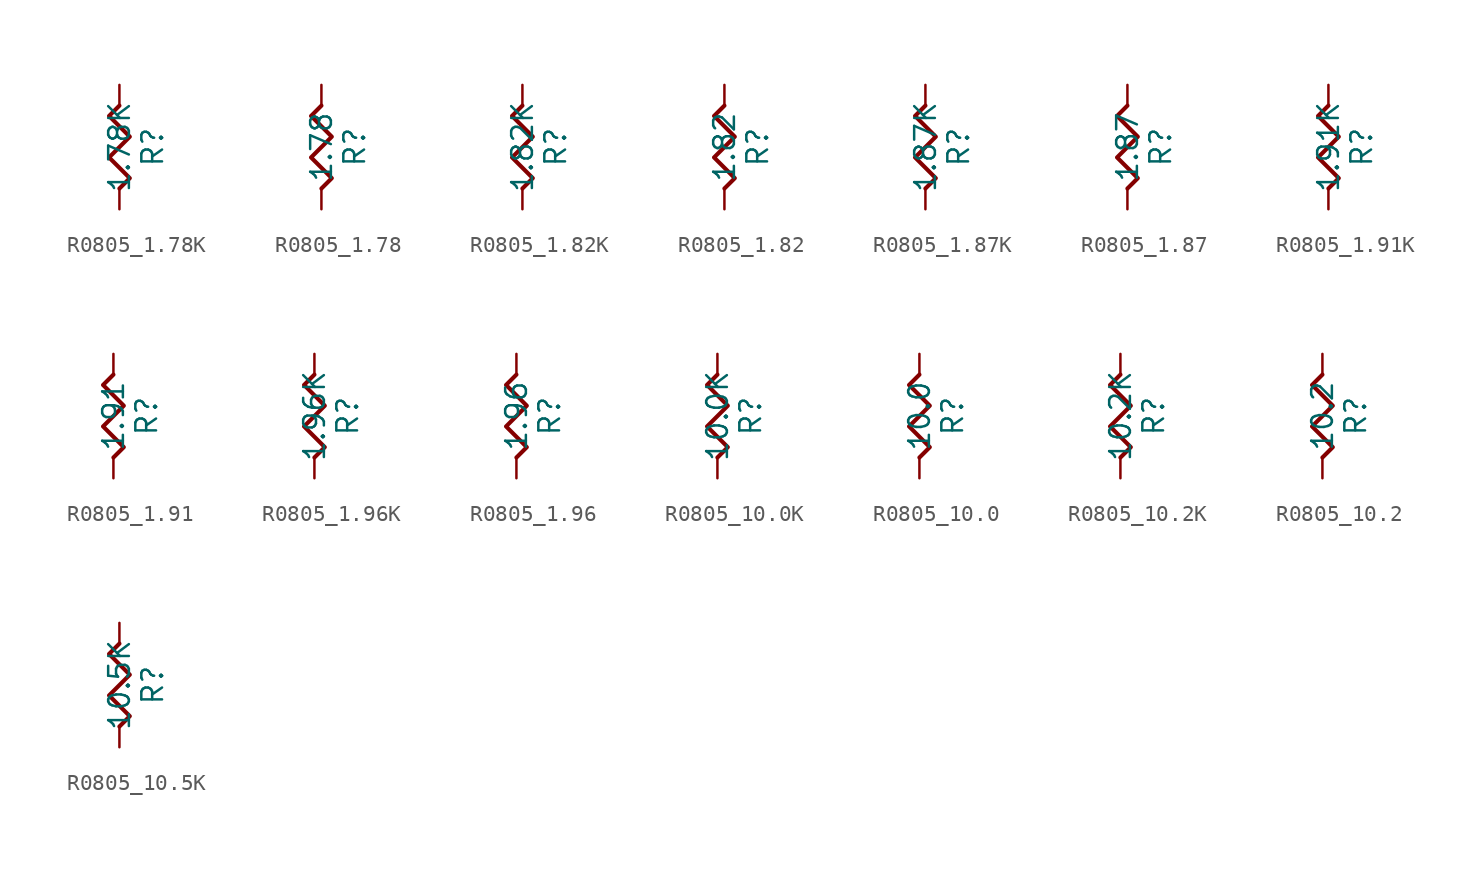
<source format=kicad_sym>
(kicad_symbol_lib
  (version 20211014)
  (generator atlantix-eda)
  (symbol "R0805_1.78K"
    (pin_numbers hide)
    (pin_names
      (offset 0))
    (property "Reference" "R"
      (at 2.032 0 90)
      (effects (font (size 1.27 1.27))))
    (property "Value" "1.78K"
      (at 0 0 90)
      (effects (font (size 1.27 1.27))))
    (symbol "R0805_1.78K_0_1"
      (polyline (pts (xy 0 -2.54) (xy 0.635 -1.905) (xy -0.635 -0.635) (xy 0.635 0.635) (xy -0.635 1.905) (xy 0 2.54)) (stroke (width 0.254) (type default) (color 0 0 0 0)) (fill (type none))))
    (symbol "R0805_1.78K_1_1"
      (pin passive line (at 0 3.81 270) (length 1.27) (name "~" (effects (font (size 1.27 1.27)))) (number "1" (effects (font (size 1.27 1.27)))))
      (pin passive line (at 0 -3.81 90) (length 1.27) (name "~" (effects (font (size 1.27 1.27)))) (number "2" (effects (font (size 1.27 1.27)))))))
  (symbol "R0805_1.78"
    (pin_numbers hide)
    (pin_names
      (offset 0))
    (property "Reference" "R"
      (at 2.032 0 90)
      (effects (font (size 1.27 1.27))))
    (property "Value" "1.78"
      (at 0 0 90)
      (effects (font (size 1.27 1.27))))
    (symbol "R0805_1.78_0_1"
      (polyline (pts (xy 0 -2.54) (xy 0.635 -1.905) (xy -0.635 -0.635) (xy 0.635 0.635) (xy -0.635 1.905) (xy 0 2.54)) (stroke (width 0.254) (type default) (color 0 0 0 0)) (fill (type none))))
    (symbol "R0805_1.78_1_1"
      (pin passive line (at 0 3.81 270) (length 1.27) (name "~" (effects (font (size 1.27 1.27)))) (number "1" (effects (font (size 1.27 1.27)))))
      (pin passive line (at 0 -3.81 90) (length 1.27) (name "~" (effects (font (size 1.27 1.27)))) (number "2" (effects (font (size 1.27 1.27)))))))
  (symbol "R0805_1.82K"
    (pin_numbers hide)
    (pin_names
      (offset 0))
    (property "Reference" "R"
      (at 2.032 0 90)
      (effects (font (size 1.27 1.27))))
    (property "Value" "1.82K"
      (at 0 0 90)
      (effects (font (size 1.27 1.27))))
    (symbol "R0805_1.82K_0_1"
      (polyline (pts (xy 0 -2.54) (xy 0.635 -1.905) (xy -0.635 -0.635) (xy 0.635 0.635) (xy -0.635 1.905) (xy 0 2.54)) (stroke (width 0.254) (type default) (color 0 0 0 0)) (fill (type none))))
    (symbol "R0805_1.82K_1_1"
      (pin passive line (at 0 3.81 270) (length 1.27) (name "~" (effects (font (size 1.27 1.27)))) (number "1" (effects (font (size 1.27 1.27)))))
      (pin passive line (at 0 -3.81 90) (length 1.27) (name "~" (effects (font (size 1.27 1.27)))) (number "2" (effects (font (size 1.27 1.27)))))))
  (symbol "R0805_1.82"
    (pin_numbers hide)
    (pin_names
      (offset 0))
    (property "Reference" "R"
      (at 2.032 0 90)
      (effects (font (size 1.27 1.27))))
    (property "Value" "1.82"
      (at 0 0 90)
      (effects (font (size 1.27 1.27))))
    (symbol "R0805_1.82_0_1"
      (polyline (pts (xy 0 -2.54) (xy 0.635 -1.905) (xy -0.635 -0.635) (xy 0.635 0.635) (xy -0.635 1.905) (xy 0 2.54)) (stroke (width 0.254) (type default) (color 0 0 0 0)) (fill (type none))))
    (symbol "R0805_1.82_1_1"
      (pin passive line (at 0 3.81 270) (length 1.27) (name "~" (effects (font (size 1.27 1.27)))) (number "1" (effects (font (size 1.27 1.27)))))
      (pin passive line (at 0 -3.81 90) (length 1.27) (name "~" (effects (font (size 1.27 1.27)))) (number "2" (effects (font (size 1.27 1.27)))))))
  (symbol "R0805_1.87K"
    (pin_numbers hide)
    (pin_names
      (offset 0))
    (property "Reference" "R"
      (at 2.032 0 90)
      (effects (font (size 1.27 1.27))))
    (property "Value" "1.87K"
      (at 0 0 90)
      (effects (font (size 1.27 1.27))))
    (symbol "R0805_1.87K_0_1"
      (polyline (pts (xy 0 -2.54) (xy 0.635 -1.905) (xy -0.635 -0.635) (xy 0.635 0.635) (xy -0.635 1.905) (xy 0 2.54)) (stroke (width 0.254) (type default) (color 0 0 0 0)) (fill (type none))))
    (symbol "R0805_1.87K_1_1"
      (pin passive line (at 0 3.81 270) (length 1.27) (name "~" (effects (font (size 1.27 1.27)))) (number "1" (effects (font (size 1.27 1.27)))))
      (pin passive line (at 0 -3.81 90) (length 1.27) (name "~" (effects (font (size 1.27 1.27)))) (number "2" (effects (font (size 1.27 1.27)))))))
  (symbol "R0805_1.87"
    (pin_numbers hide)
    (pin_names
      (offset 0))
    (property "Reference" "R"
      (at 2.032 0 90)
      (effects (font (size 1.27 1.27))))
    (property "Value" "1.87"
      (at 0 0 90)
      (effects (font (size 1.27 1.27))))
    (symbol "R0805_1.87_0_1"
      (polyline (pts (xy 0 -2.54) (xy 0.635 -1.905) (xy -0.635 -0.635) (xy 0.635 0.635) (xy -0.635 1.905) (xy 0 2.54)) (stroke (width 0.254) (type default) (color 0 0 0 0)) (fill (type none))))
    (symbol "R0805_1.87_1_1"
      (pin passive line (at 0 3.81 270) (length 1.27) (name "~" (effects (font (size 1.27 1.27)))) (number "1" (effects (font (size 1.27 1.27)))))
      (pin passive line (at 0 -3.81 90) (length 1.27) (name "~" (effects (font (size 1.27 1.27)))) (number "2" (effects (font (size 1.27 1.27)))))))
  (symbol "R0805_1.91K"
    (pin_numbers hide)
    (pin_names
      (offset 0))
    (property "Reference" "R"
      (at 2.032 0 90)
      (effects (font (size 1.27 1.27))))
    (property "Value" "1.91K"
      (at 0 0 90)
      (effects (font (size 1.27 1.27))))
    (symbol "R0805_1.91K_0_1"
      (polyline (pts (xy 0 -2.54) (xy 0.635 -1.905) (xy -0.635 -0.635) (xy 0.635 0.635) (xy -0.635 1.905) (xy 0 2.54)) (stroke (width 0.254) (type default) (color 0 0 0 0)) (fill (type none))))
    (symbol "R0805_1.91K_1_1"
      (pin passive line (at 0 3.81 270) (length 1.27) (name "~" (effects (font (size 1.27 1.27)))) (number "1" (effects (font (size 1.27 1.27)))))
      (pin passive line (at 0 -3.81 90) (length 1.27) (name "~" (effects (font (size 1.27 1.27)))) (number "2" (effects (font (size 1.27 1.27)))))))
  (symbol "R0805_1.91"
    (pin_numbers hide)
    (pin_names
      (offset 0))
    (property "Reference" "R"
      (at 2.032 0 90)
      (effects (font (size 1.27 1.27))))
    (property "Value" "1.91"
      (at 0 0 90)
      (effects (font (size 1.27 1.27))))
    (symbol "R0805_1.91_0_1"
      (polyline (pts (xy 0 -2.54) (xy 0.635 -1.905) (xy -0.635 -0.635) (xy 0.635 0.635) (xy -0.635 1.905) (xy 0 2.54)) (stroke (width 0.254) (type default) (color 0 0 0 0)) (fill (type none))))
    (symbol "R0805_1.91_1_1"
      (pin passive line (at 0 3.81 270) (length 1.27) (name "~" (effects (font (size 1.27 1.27)))) (number "1" (effects (font (size 1.27 1.27)))))
      (pin passive line (at 0 -3.81 90) (length 1.27) (name "~" (effects (font (size 1.27 1.27)))) (number "2" (effects (font (size 1.27 1.27)))))))
  (symbol "R0805_1.96K"
    (pin_numbers hide)
    (pin_names
      (offset 0))
    (property "Reference" "R"
      (at 2.032 0 90)
      (effects (font (size 1.27 1.27))))
    (property "Value" "1.96K"
      (at 0 0 90)
      (effects (font (size 1.27 1.27))))
    (symbol "R0805_1.96K_0_1"
      (polyline (pts (xy 0 -2.54) (xy 0.635 -1.905) (xy -0.635 -0.635) (xy 0.635 0.635) (xy -0.635 1.905) (xy 0 2.54)) (stroke (width 0.254) (type default) (color 0 0 0 0)) (fill (type none))))
    (symbol "R0805_1.96K_1_1"
      (pin passive line (at 0 3.81 270) (length 1.27) (name "~" (effects (font (size 1.27 1.27)))) (number "1" (effects (font (size 1.27 1.27)))))
      (pin passive line (at 0 -3.81 90) (length 1.27) (name "~" (effects (font (size 1.27 1.27)))) (number "2" (effects (font (size 1.27 1.27)))))))
  (symbol "R0805_1.96"
    (pin_numbers hide)
    (pin_names
      (offset 0))
    (property "Reference" "R"
      (at 2.032 0 90)
      (effects (font (size 1.27 1.27))))
    (property "Value" "1.96"
      (at 0 0 90)
      (effects (font (size 1.27 1.27))))
    (symbol "R0805_1.96_0_1"
      (polyline (pts (xy 0 -2.54) (xy 0.635 -1.905) (xy -0.635 -0.635) (xy 0.635 0.635) (xy -0.635 1.905) (xy 0 2.54)) (stroke (width 0.254) (type default) (color 0 0 0 0)) (fill (type none))))
    (symbol "R0805_1.96_1_1"
      (pin passive line (at 0 3.81 270) (length 1.27) (name "~" (effects (font (size 1.27 1.27)))) (number "1" (effects (font (size 1.27 1.27)))))
      (pin passive line (at 0 -3.81 90) (length 1.27) (name "~" (effects (font (size 1.27 1.27)))) (number "2" (effects (font (size 1.27 1.27)))))))
  (symbol "R0805_10.0K"
    (pin_numbers hide)
    (pin_names
      (offset 0))
    (property "Reference" "R"
      (at 2.032 0 90)
      (effects (font (size 1.27 1.27))))
    (property "Value" "10.0K"
      (at 0 0 90)
      (effects (font (size 1.27 1.27))))
    (symbol "R0805_10.0K_0_1"
      (polyline (pts (xy 0 -2.54) (xy 0.635 -1.905) (xy -0.635 -0.635) (xy 0.635 0.635) (xy -0.635 1.905) (xy 0 2.54)) (stroke (width 0.254) (type default) (color 0 0 0 0)) (fill (type none))))
    (symbol "R0805_10.0K_1_1"
      (pin passive line (at 0 3.81 270) (length 1.27) (name "~" (effects (font (size 1.27 1.27)))) (number "1" (effects (font (size 1.27 1.27)))))
      (pin passive line (at 0 -3.81 90) (length 1.27) (name "~" (effects (font (size 1.27 1.27)))) (number "2" (effects (font (size 1.27 1.27)))))))
  (symbol "R0805_10.0"
    (pin_numbers hide)
    (pin_names
      (offset 0))
    (property "Reference" "R"
      (at 2.032 0 90)
      (effects (font (size 1.27 1.27))))
    (property "Value" "10.0"
      (at 0 0 90)
      (effects (font (size 1.27 1.27))))
    (symbol "R0805_10.0_0_1"
      (polyline (pts (xy 0 -2.54) (xy 0.635 -1.905) (xy -0.635 -0.635) (xy 0.635 0.635) (xy -0.635 1.905) (xy 0 2.54)) (stroke (width 0.254) (type default) (color 0 0 0 0)) (fill (type none))))
    (symbol "R0805_10.0_1_1"
      (pin passive line (at 0 3.81 270) (length 1.27) (name "~" (effects (font (size 1.27 1.27)))) (number "1" (effects (font (size 1.27 1.27)))))
      (pin passive line (at 0 -3.81 90) (length 1.27) (name "~" (effects (font (size 1.27 1.27)))) (number "2" (effects (font (size 1.27 1.27)))))))
  (symbol "R0805_10.2K"
    (pin_numbers hide)
    (pin_names
      (offset 0))
    (property "Reference" "R"
      (at 2.032 0 90)
      (effects (font (size 1.27 1.27))))
    (property "Value" "10.2K"
      (at 0 0 90)
      (effects (font (size 1.27 1.27))))
    (symbol "R0805_10.2K_0_1"
      (polyline (pts (xy 0 -2.54) (xy 0.635 -1.905) (xy -0.635 -0.635) (xy 0.635 0.635) (xy -0.635 1.905) (xy 0 2.54)) (stroke (width 0.254) (type default) (color 0 0 0 0)) (fill (type none))))
    (symbol "R0805_10.2K_1_1"
      (pin passive line (at 0 3.81 270) (length 1.27) (name "~" (effects (font (size 1.27 1.27)))) (number "1" (effects (font (size 1.27 1.27)))))
      (pin passive line (at 0 -3.81 90) (length 1.27) (name "~" (effects (font (size 1.27 1.27)))) (number "2" (effects (font (size 1.27 1.27)))))))
  (symbol "R0805_10.2"
    (pin_numbers hide)
    (pin_names
      (offset 0))
    (property "Reference" "R"
      (at 2.032 0 90)
      (effects (font (size 1.27 1.27))))
    (property "Value" "10.2"
      (at 0 0 90)
      (effects (font (size 1.27 1.27))))
    (symbol "R0805_10.2_0_1"
      (polyline (pts (xy 0 -2.54) (xy 0.635 -1.905) (xy -0.635 -0.635) (xy 0.635 0.635) (xy -0.635 1.905) (xy 0 2.54)) (stroke (width 0.254) (type default) (color 0 0 0 0)) (fill (type none))))
    (symbol "R0805_10.2_1_1"
      (pin passive line (at 0 3.81 270) (length 1.27) (name "~" (effects (font (size 1.27 1.27)))) (number "1" (effects (font (size 1.27 1.27)))))
      (pin passive line (at 0 -3.81 90) (length 1.27) (name "~" (effects (font (size 1.27 1.27)))) (number "2" (effects (font (size 1.27 1.27)))))))
  (symbol "R0805_10.5K"
    (pin_numbers hide)
    (pin_names
      (offset 0))
    (property "Reference" "R"
      (at 2.032 0 90)
      (effects (font (size 1.27 1.27))))
    (property "Value" "10.5K"
      (at 0 0 90)
      (effects (font (size 1.27 1.27))))
    (symbol "R0805_10.5K_0_1"
      (polyline (pts (xy 0 -2.54) (xy 0.635 -1.905) (xy -0.635 -0.635) (xy 0.635 0.635) (xy -0.635 1.905) (xy 0 2.54)) (stroke (width 0.254) (type default) (color 0 0 0 0)) (fill (type none))))
    (symbol "R0805_10.5K_1_1"
      (pin passive line (at 0 3.81 270) (length 1.27) (name "~" (effects (font (size 1.27 1.27)))) (number "1" (effects (font (size 1.27 1.27)))))
      (pin passive line (at 0 -3.81 90) (length 1.27) (name "~" (effects (font (size 1.27 1.27)))) (number "2" (effects (font (size 1.27 1.27))))))))
</source>
